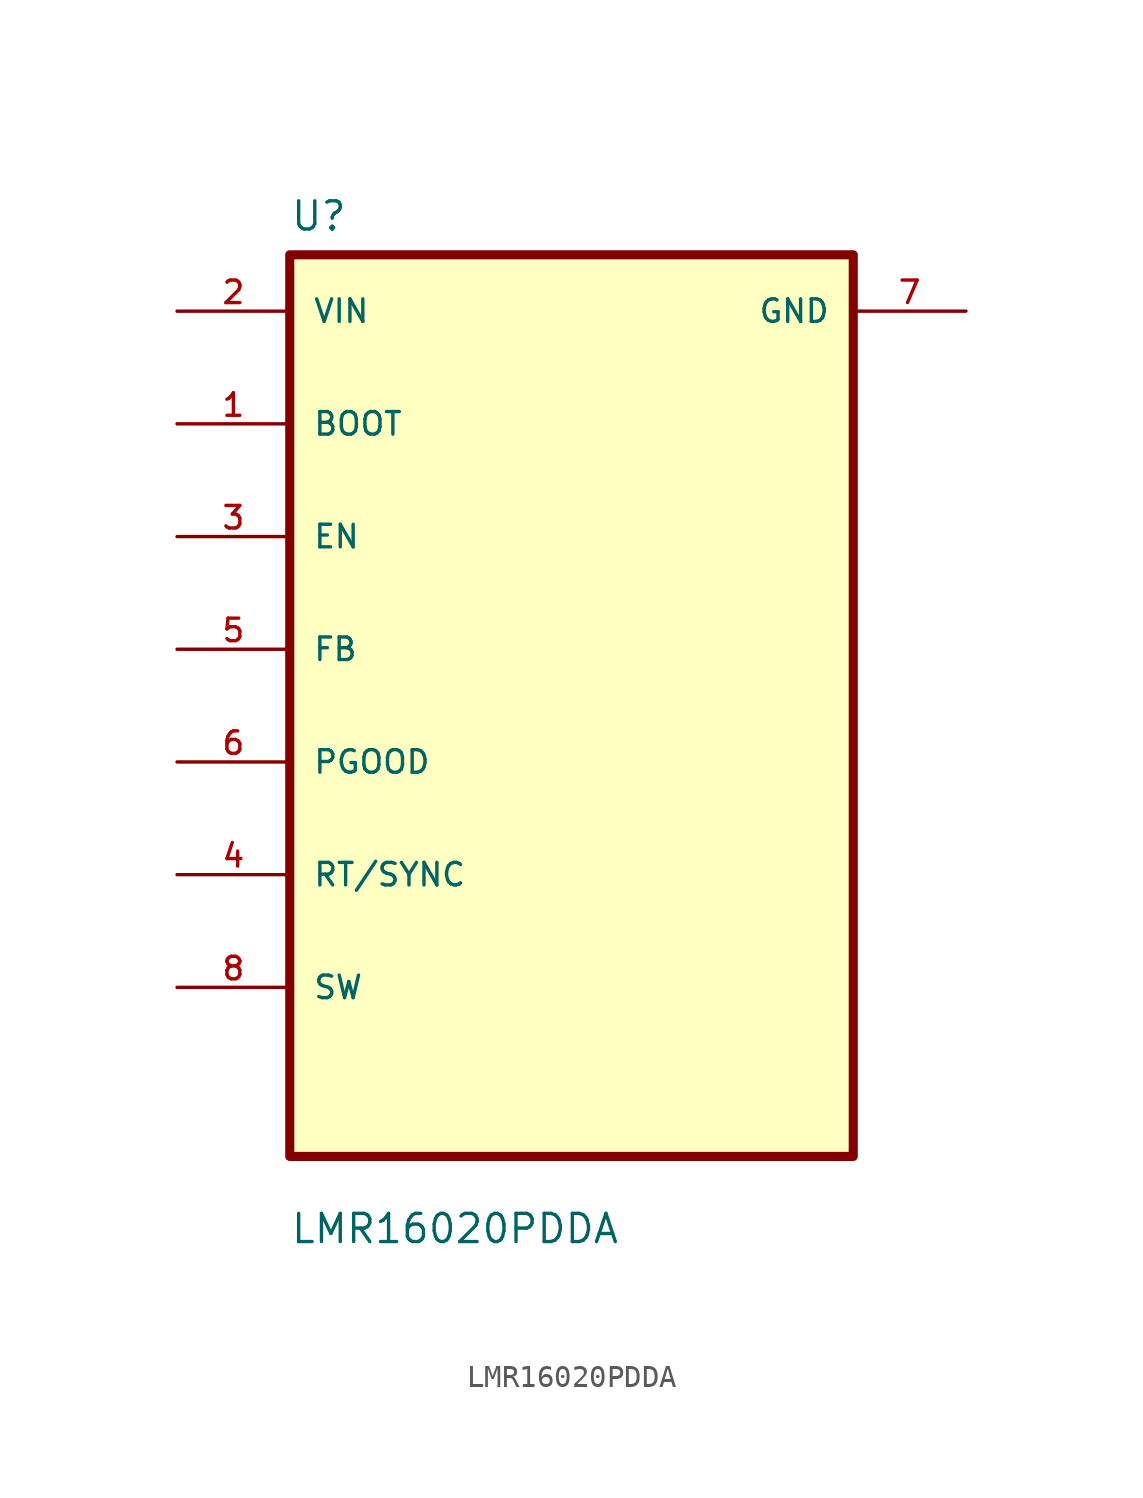
<source format=kicad_sym>
(kicad_symbol_lib
  (version 20211014)
  (generator kicad_symbol_editor)
  (symbol "LMR16020PDDA"
    (pin_names
      (offset 1.016))
    (property "Reference" "U"
      (at -12.7 21.32 0.0)
      (effects (font (size 1.27 1.27)) (justify bottom left)))
    (property "Value" "LMR16020PDDA"
      (at -12.7 -24.32 0.0)
      (effects (font (size 1.27 1.27)) (justify bottom left)))
    (symbol "LMR16020PDDA_0_0"
      (rectangle (start -12.7 -20.32) (end 12.7 20.32) (stroke (width 0.41)) (fill (type background)))
      (pin input line (at -17.78 17.78 0) (length 5.08) (name "VIN" (effects (font (size 1.016 1.016)))) (number "2" (effects (font (size 1.016 1.016)))))
      (pin bidirectional line (at -17.78 12.7 0) (length 5.08) (name "BOOT" (effects (font (size 1.016 1.016)))) (number "1" (effects (font (size 1.016 1.016)))))
      (pin bidirectional line (at -17.78 7.62 0) (length 5.08) (name "EN" (effects (font (size 1.016 1.016)))) (number "3" (effects (font (size 1.016 1.016)))))
      (pin bidirectional line (at -17.78 2.54 0) (length 5.08) (name "FB" (effects (font (size 1.016 1.016)))) (number "5" (effects (font (size 1.016 1.016)))))
      (pin bidirectional line (at -17.78 -2.54 0) (length 5.08) (name "PGOOD" (effects (font (size 1.016 1.016)))) (number "6" (effects (font (size 1.016 1.016)))))
      (pin bidirectional line (at -17.78 -7.62 0) (length 5.08) (name "RT/SYNC" (effects (font (size 1.016 1.016)))) (number "4" (effects (font (size 1.016 1.016)))))
      (pin bidirectional line (at -17.78 -12.7 0) (length 5.08) (name "SW" (effects (font (size 1.016 1.016)))) (number "8" (effects (font (size 1.016 1.016)))))
      (pin power_in line (at 17.78 17.78 180.0) (length 5.08) (name "GND" (effects (font (size 1.016 1.016)))) (number "7" (effects (font (size 1.016 1.016))))))))
</source>
